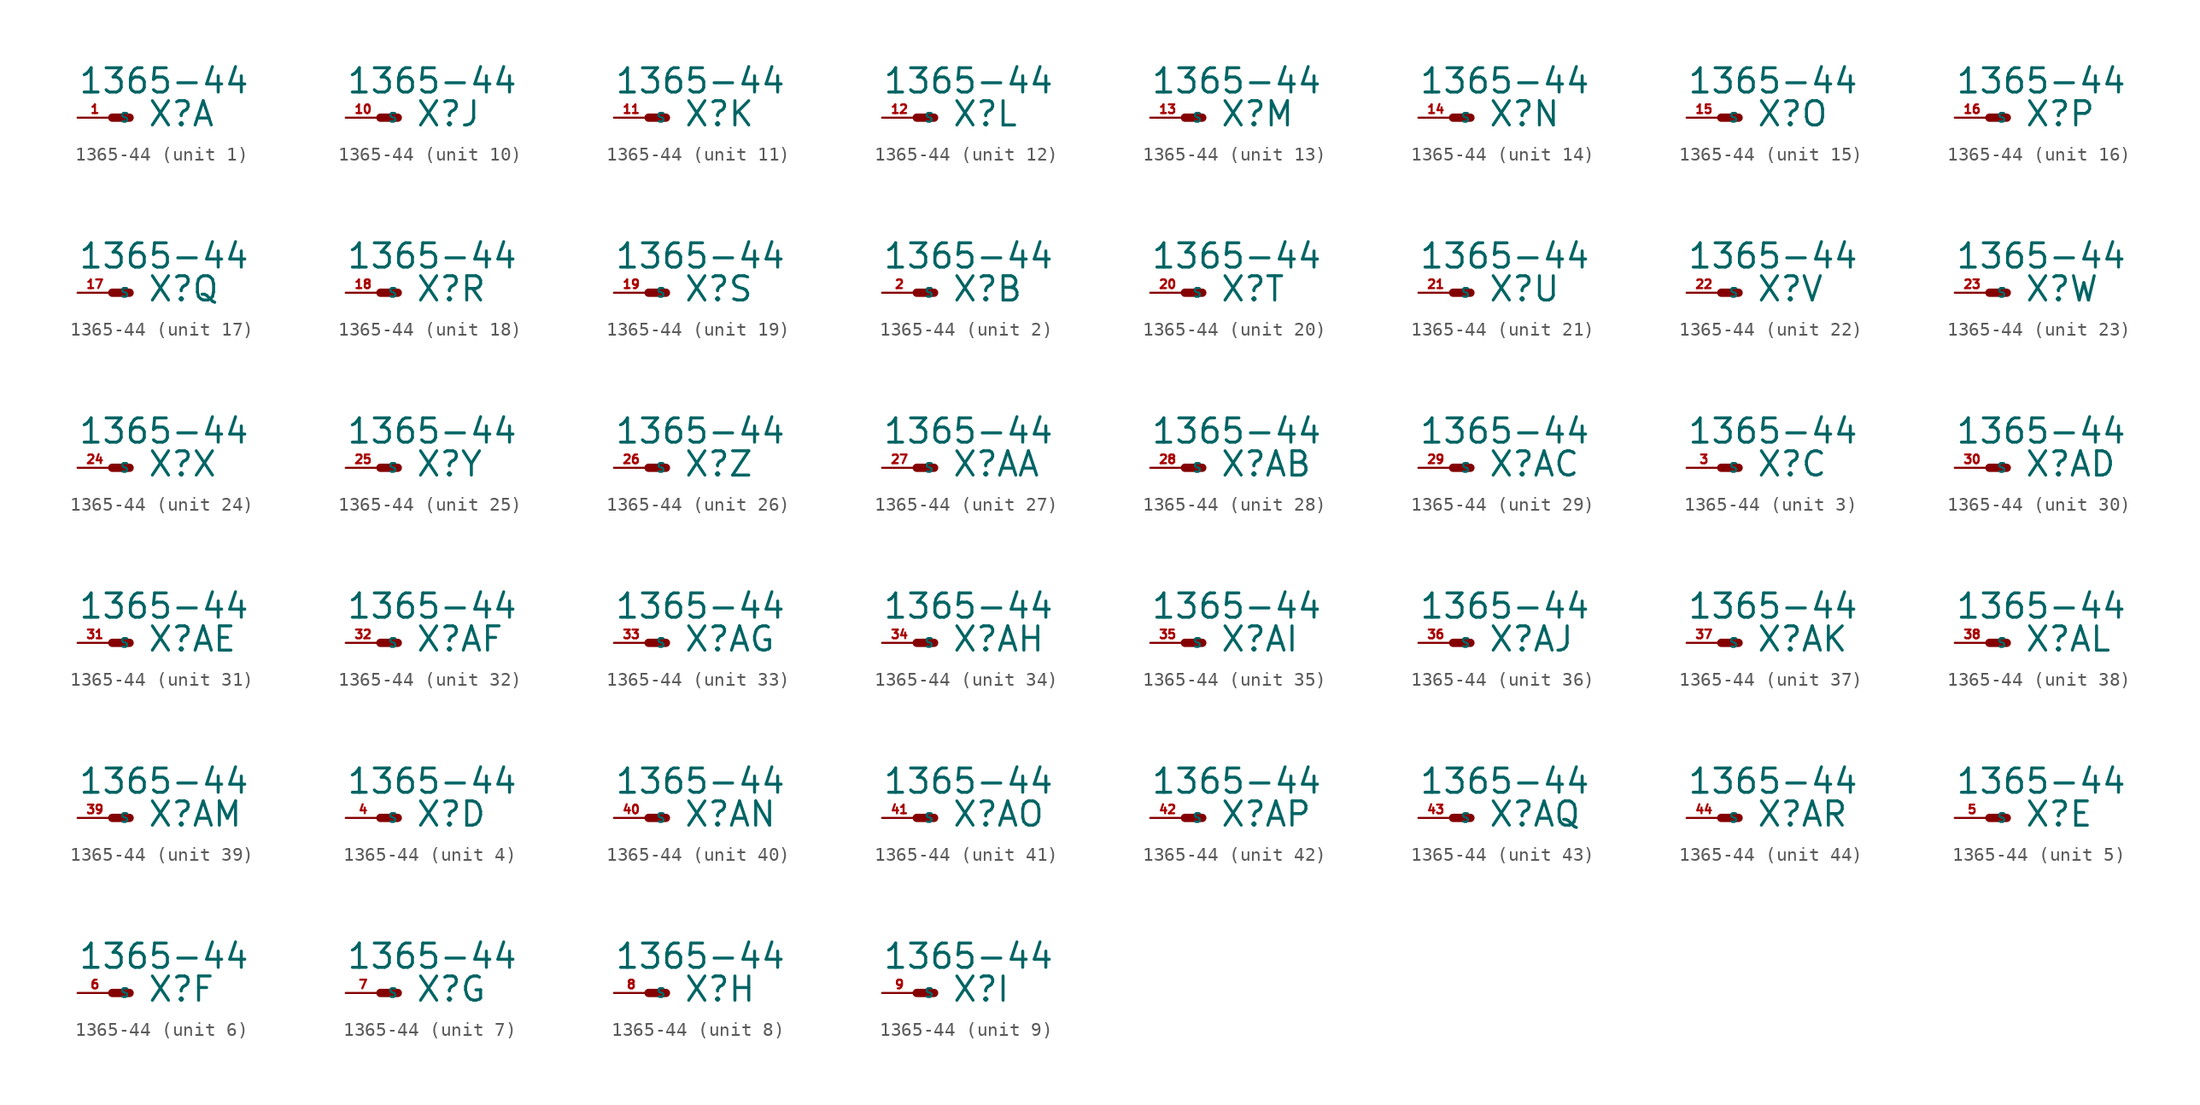
<source format=kicad_sym>
(kicad_symbol_lib
  (version 20220914)
  (generator Eagle2Kicad)
  (symbol "1365-44"
    (property "Reference" "X"
      (at 2.54 -0.762 0)
      (effects (font (size 1.778 1.778) (thickness 0.22)) (justify left bottom)))
    (property "Value" "1365-44"
      (at -2.54 1.651 0)
      (effects (font (size 1.778 1.778) (thickness 0.22)) (justify left bottom)))
    (symbol "1365-44_1_0"
      (polyline (pts (xy 0 0) (xy 1.27 0)) (stroke (width 0.61) (type default)) (fill (type none)))
      (pin passive line (at -2.54 0 0) (length 2.54) (name "S" (effects (font (size 0.635 0.635) (thickness 0.08)) (justify left bottom))) (number "1" (effects (font (size 0.635 0.635) (thickness 0.08)) (justify left bottom)))))
    (symbol "1365-44_2_0"
      (polyline (pts (xy 0 0) (xy 1.27 0)) (stroke (width 0.61) (type default)) (fill (type none)))
      (pin passive line (at -2.54 0 0) (length 2.54) (name "S" (effects (font (size 0.635 0.635) (thickness 0.08)) (justify left bottom))) (number "2" (effects (font (size 0.635 0.635) (thickness 0.08)) (justify left bottom)))))
    (symbol "1365-44_3_0"
      (polyline (pts (xy 0 0) (xy 1.27 0)) (stroke (width 0.61) (type default)) (fill (type none)))
      (pin passive line (at -2.54 0 0) (length 2.54) (name "S" (effects (font (size 0.635 0.635) (thickness 0.08)) (justify left bottom))) (number "3" (effects (font (size 0.635 0.635) (thickness 0.08)) (justify left bottom)))))
    (symbol "1365-44_4_0"
      (polyline (pts (xy 0 0) (xy 1.27 0)) (stroke (width 0.61) (type default)) (fill (type none)))
      (pin passive line (at -2.54 0 0) (length 2.54) (name "S" (effects (font (size 0.635 0.635) (thickness 0.08)) (justify left bottom))) (number "4" (effects (font (size 0.635 0.635) (thickness 0.08)) (justify left bottom)))))
    (symbol "1365-44_5_0"
      (polyline (pts (xy 0 0) (xy 1.27 0)) (stroke (width 0.61) (type default)) (fill (type none)))
      (pin passive line (at -2.54 0 0) (length 2.54) (name "S" (effects (font (size 0.635 0.635) (thickness 0.08)) (justify left bottom))) (number "5" (effects (font (size 0.635 0.635) (thickness 0.08)) (justify left bottom)))))
    (symbol "1365-44_6_0"
      (polyline (pts (xy 0 0) (xy 1.27 0)) (stroke (width 0.61) (type default)) (fill (type none)))
      (pin passive line (at -2.54 0 0) (length 2.54) (name "S" (effects (font (size 0.635 0.635) (thickness 0.08)) (justify left bottom))) (number "6" (effects (font (size 0.635 0.635) (thickness 0.08)) (justify left bottom)))))
    (symbol "1365-44_7_0"
      (polyline (pts (xy 0 0) (xy 1.27 0)) (stroke (width 0.61) (type default)) (fill (type none)))
      (pin passive line (at -2.54 0 0) (length 2.54) (name "S" (effects (font (size 0.635 0.635) (thickness 0.08)) (justify left bottom))) (number "7" (effects (font (size 0.635 0.635) (thickness 0.08)) (justify left bottom)))))
    (symbol "1365-44_8_0"
      (polyline (pts (xy 0 0) (xy 1.27 0)) (stroke (width 0.61) (type default)) (fill (type none)))
      (pin passive line (at -2.54 0 0) (length 2.54) (name "S" (effects (font (size 0.635 0.635) (thickness 0.08)) (justify left bottom))) (number "8" (effects (font (size 0.635 0.635) (thickness 0.08)) (justify left bottom)))))
    (symbol "1365-44_9_0"
      (polyline (pts (xy 0 0) (xy 1.27 0)) (stroke (width 0.61) (type default)) (fill (type none)))
      (pin passive line (at -2.54 0 0) (length 2.54) (name "S" (effects (font (size 0.635 0.635) (thickness 0.08)) (justify left bottom))) (number "9" (effects (font (size 0.635 0.635) (thickness 0.08)) (justify left bottom)))))
    (symbol "1365-44_10_0"
      (polyline (pts (xy 0 0) (xy 1.27 0)) (stroke (width 0.61) (type default)) (fill (type none)))
      (pin passive line (at -2.54 0 0) (length 2.54) (name "S" (effects (font (size 0.635 0.635) (thickness 0.08)) (justify left bottom))) (number "10" (effects (font (size 0.635 0.635) (thickness 0.08)) (justify left bottom)))))
    (symbol "1365-44_11_0"
      (polyline (pts (xy 0 0) (xy 1.27 0)) (stroke (width 0.61) (type default)) (fill (type none)))
      (pin passive line (at -2.54 0 0) (length 2.54) (name "S" (effects (font (size 0.635 0.635) (thickness 0.08)) (justify left bottom))) (number "11" (effects (font (size 0.635 0.635) (thickness 0.08)) (justify left bottom)))))
    (symbol "1365-44_12_0"
      (polyline (pts (xy 0 0) (xy 1.27 0)) (stroke (width 0.61) (type default)) (fill (type none)))
      (pin passive line (at -2.54 0 0) (length 2.54) (name "S" (effects (font (size 0.635 0.635) (thickness 0.08)) (justify left bottom))) (number "12" (effects (font (size 0.635 0.635) (thickness 0.08)) (justify left bottom)))))
    (symbol "1365-44_13_0"
      (polyline (pts (xy 0 0) (xy 1.27 0)) (stroke (width 0.61) (type default)) (fill (type none)))
      (pin passive line (at -2.54 0 0) (length 2.54) (name "S" (effects (font (size 0.635 0.635) (thickness 0.08)) (justify left bottom))) (number "13" (effects (font (size 0.635 0.635) (thickness 0.08)) (justify left bottom)))))
    (symbol "1365-44_14_0"
      (polyline (pts (xy 0 0) (xy 1.27 0)) (stroke (width 0.61) (type default)) (fill (type none)))
      (pin passive line (at -2.54 0 0) (length 2.54) (name "S" (effects (font (size 0.635 0.635) (thickness 0.08)) (justify left bottom))) (number "14" (effects (font (size 0.635 0.635) (thickness 0.08)) (justify left bottom)))))
    (symbol "1365-44_15_0"
      (polyline (pts (xy 0 0) (xy 1.27 0)) (stroke (width 0.61) (type default)) (fill (type none)))
      (pin passive line (at -2.54 0 0) (length 2.54) (name "S" (effects (font (size 0.635 0.635) (thickness 0.08)) (justify left bottom))) (number "15" (effects (font (size 0.635 0.635) (thickness 0.08)) (justify left bottom)))))
    (symbol "1365-44_16_0"
      (polyline (pts (xy 0 0) (xy 1.27 0)) (stroke (width 0.61) (type default)) (fill (type none)))
      (pin passive line (at -2.54 0 0) (length 2.54) (name "S" (effects (font (size 0.635 0.635) (thickness 0.08)) (justify left bottom))) (number "16" (effects (font (size 0.635 0.635) (thickness 0.08)) (justify left bottom)))))
    (symbol "1365-44_17_0"
      (polyline (pts (xy 0 0) (xy 1.27 0)) (stroke (width 0.61) (type default)) (fill (type none)))
      (pin passive line (at -2.54 0 0) (length 2.54) (name "S" (effects (font (size 0.635 0.635) (thickness 0.08)) (justify left bottom))) (number "17" (effects (font (size 0.635 0.635) (thickness 0.08)) (justify left bottom)))))
    (symbol "1365-44_18_0"
      (polyline (pts (xy 0 0) (xy 1.27 0)) (stroke (width 0.61) (type default)) (fill (type none)))
      (pin passive line (at -2.54 0 0) (length 2.54) (name "S" (effects (font (size 0.635 0.635) (thickness 0.08)) (justify left bottom))) (number "18" (effects (font (size 0.635 0.635) (thickness 0.08)) (justify left bottom)))))
    (symbol "1365-44_19_0"
      (polyline (pts (xy 0 0) (xy 1.27 0)) (stroke (width 0.61) (type default)) (fill (type none)))
      (pin passive line (at -2.54 0 0) (length 2.54) (name "S" (effects (font (size 0.635 0.635) (thickness 0.08)) (justify left bottom))) (number "19" (effects (font (size 0.635 0.635) (thickness 0.08)) (justify left bottom)))))
    (symbol "1365-44_20_0"
      (polyline (pts (xy 0 0) (xy 1.27 0)) (stroke (width 0.61) (type default)) (fill (type none)))
      (pin passive line (at -2.54 0 0) (length 2.54) (name "S" (effects (font (size 0.635 0.635) (thickness 0.08)) (justify left bottom))) (number "20" (effects (font (size 0.635 0.635) (thickness 0.08)) (justify left bottom)))))
    (symbol "1365-44_21_0"
      (polyline (pts (xy 0 0) (xy 1.27 0)) (stroke (width 0.61) (type default)) (fill (type none)))
      (pin passive line (at -2.54 0 0) (length 2.54) (name "S" (effects (font (size 0.635 0.635) (thickness 0.08)) (justify left bottom))) (number "21" (effects (font (size 0.635 0.635) (thickness 0.08)) (justify left bottom)))))
    (symbol "1365-44_22_0"
      (polyline (pts (xy 0 0) (xy 1.27 0)) (stroke (width 0.61) (type default)) (fill (type none)))
      (pin passive line (at -2.54 0 0) (length 2.54) (name "S" (effects (font (size 0.635 0.635) (thickness 0.08)) (justify left bottom))) (number "22" (effects (font (size 0.635 0.635) (thickness 0.08)) (justify left bottom)))))
    (symbol "1365-44_23_0"
      (polyline (pts (xy 0 0) (xy 1.27 0)) (stroke (width 0.61) (type default)) (fill (type none)))
      (pin passive line (at -2.54 0 0) (length 2.54) (name "S" (effects (font (size 0.635 0.635) (thickness 0.08)) (justify left bottom))) (number "23" (effects (font (size 0.635 0.635) (thickness 0.08)) (justify left bottom)))))
    (symbol "1365-44_24_0"
      (polyline (pts (xy 0 0) (xy 1.27 0)) (stroke (width 0.61) (type default)) (fill (type none)))
      (pin passive line (at -2.54 0 0) (length 2.54) (name "S" (effects (font (size 0.635 0.635) (thickness 0.08)) (justify left bottom))) (number "24" (effects (font (size 0.635 0.635) (thickness 0.08)) (justify left bottom)))))
    (symbol "1365-44_25_0"
      (polyline (pts (xy 0 0) (xy 1.27 0)) (stroke (width 0.61) (type default)) (fill (type none)))
      (pin passive line (at -2.54 0 0) (length 2.54) (name "S" (effects (font (size 0.635 0.635) (thickness 0.08)) (justify left bottom))) (number "25" (effects (font (size 0.635 0.635) (thickness 0.08)) (justify left bottom)))))
    (symbol "1365-44_26_0"
      (polyline (pts (xy 0 0) (xy 1.27 0)) (stroke (width 0.61) (type default)) (fill (type none)))
      (pin passive line (at -2.54 0 0) (length 2.54) (name "S" (effects (font (size 0.635 0.635) (thickness 0.08)) (justify left bottom))) (number "26" (effects (font (size 0.635 0.635) (thickness 0.08)) (justify left bottom)))))
    (symbol "1365-44_27_0"
      (polyline (pts (xy 0 0) (xy 1.27 0)) (stroke (width 0.61) (type default)) (fill (type none)))
      (pin passive line (at -2.54 0 0) (length 2.54) (name "S" (effects (font (size 0.635 0.635) (thickness 0.08)) (justify left bottom))) (number "27" (effects (font (size 0.635 0.635) (thickness 0.08)) (justify left bottom)))))
    (symbol "1365-44_28_0"
      (polyline (pts (xy 0 0) (xy 1.27 0)) (stroke (width 0.61) (type default)) (fill (type none)))
      (pin passive line (at -2.54 0 0) (length 2.54) (name "S" (effects (font (size 0.635 0.635) (thickness 0.08)) (justify left bottom))) (number "28" (effects (font (size 0.635 0.635) (thickness 0.08)) (justify left bottom)))))
    (symbol "1365-44_29_0"
      (polyline (pts (xy 0 0) (xy 1.27 0)) (stroke (width 0.61) (type default)) (fill (type none)))
      (pin passive line (at -2.54 0 0) (length 2.54) (name "S" (effects (font (size 0.635 0.635) (thickness 0.08)) (justify left bottom))) (number "29" (effects (font (size 0.635 0.635) (thickness 0.08)) (justify left bottom)))))
    (symbol "1365-44_30_0"
      (polyline (pts (xy 0 0) (xy 1.27 0)) (stroke (width 0.61) (type default)) (fill (type none)))
      (pin passive line (at -2.54 0 0) (length 2.54) (name "S" (effects (font (size 0.635 0.635) (thickness 0.08)) (justify left bottom))) (number "30" (effects (font (size 0.635 0.635) (thickness 0.08)) (justify left bottom)))))
    (symbol "1365-44_31_0"
      (polyline (pts (xy 0 0) (xy 1.27 0)) (stroke (width 0.61) (type default)) (fill (type none)))
      (pin passive line (at -2.54 0 0) (length 2.54) (name "S" (effects (font (size 0.635 0.635) (thickness 0.08)) (justify left bottom))) (number "31" (effects (font (size 0.635 0.635) (thickness 0.08)) (justify left bottom)))))
    (symbol "1365-44_32_0"
      (polyline (pts (xy 0 0) (xy 1.27 0)) (stroke (width 0.61) (type default)) (fill (type none)))
      (pin passive line (at -2.54 0 0) (length 2.54) (name "S" (effects (font (size 0.635 0.635) (thickness 0.08)) (justify left bottom))) (number "32" (effects (font (size 0.635 0.635) (thickness 0.08)) (justify left bottom)))))
    (symbol "1365-44_33_0"
      (polyline (pts (xy 0 0) (xy 1.27 0)) (stroke (width 0.61) (type default)) (fill (type none)))
      (pin passive line (at -2.54 0 0) (length 2.54) (name "S" (effects (font (size 0.635 0.635) (thickness 0.08)) (justify left bottom))) (number "33" (effects (font (size 0.635 0.635) (thickness 0.08)) (justify left bottom)))))
    (symbol "1365-44_34_0"
      (polyline (pts (xy 0 0) (xy 1.27 0)) (stroke (width 0.61) (type default)) (fill (type none)))
      (pin passive line (at -2.54 0 0) (length 2.54) (name "S" (effects (font (size 0.635 0.635) (thickness 0.08)) (justify left bottom))) (number "34" (effects (font (size 0.635 0.635) (thickness 0.08)) (justify left bottom)))))
    (symbol "1365-44_35_0"
      (polyline (pts (xy 0 0) (xy 1.27 0)) (stroke (width 0.61) (type default)) (fill (type none)))
      (pin passive line (at -2.54 0 0) (length 2.54) (name "S" (effects (font (size 0.635 0.635) (thickness 0.08)) (justify left bottom))) (number "35" (effects (font (size 0.635 0.635) (thickness 0.08)) (justify left bottom)))))
    (symbol "1365-44_36_0"
      (polyline (pts (xy 0 0) (xy 1.27 0)) (stroke (width 0.61) (type default)) (fill (type none)))
      (pin passive line (at -2.54 0 0) (length 2.54) (name "S" (effects (font (size 0.635 0.635) (thickness 0.08)) (justify left bottom))) (number "36" (effects (font (size 0.635 0.635) (thickness 0.08)) (justify left bottom)))))
    (symbol "1365-44_37_0"
      (polyline (pts (xy 0 0) (xy 1.27 0)) (stroke (width 0.61) (type default)) (fill (type none)))
      (pin passive line (at -2.54 0 0) (length 2.54) (name "S" (effects (font (size 0.635 0.635) (thickness 0.08)) (justify left bottom))) (number "37" (effects (font (size 0.635 0.635) (thickness 0.08)) (justify left bottom)))))
    (symbol "1365-44_38_0"
      (polyline (pts (xy 0 0) (xy 1.27 0)) (stroke (width 0.61) (type default)) (fill (type none)))
      (pin passive line (at -2.54 0 0) (length 2.54) (name "S" (effects (font (size 0.635 0.635) (thickness 0.08)) (justify left bottom))) (number "38" (effects (font (size 0.635 0.635) (thickness 0.08)) (justify left bottom)))))
    (symbol "1365-44_39_0"
      (polyline (pts (xy 0 0) (xy 1.27 0)) (stroke (width 0.61) (type default)) (fill (type none)))
      (pin passive line (at -2.54 0 0) (length 2.54) (name "S" (effects (font (size 0.635 0.635) (thickness 0.08)) (justify left bottom))) (number "39" (effects (font (size 0.635 0.635) (thickness 0.08)) (justify left bottom)))))
    (symbol "1365-44_40_0"
      (polyline (pts (xy 0 0) (xy 1.27 0)) (stroke (width 0.61) (type default)) (fill (type none)))
      (pin passive line (at -2.54 0 0) (length 2.54) (name "S" (effects (font (size 0.635 0.635) (thickness 0.08)) (justify left bottom))) (number "40" (effects (font (size 0.635 0.635) (thickness 0.08)) (justify left bottom)))))
    (symbol "1365-44_41_0"
      (polyline (pts (xy 0 0) (xy 1.27 0)) (stroke (width 0.61) (type default)) (fill (type none)))
      (pin passive line (at -2.54 0 0) (length 2.54) (name "S" (effects (font (size 0.635 0.635) (thickness 0.08)) (justify left bottom))) (number "41" (effects (font (size 0.635 0.635) (thickness 0.08)) (justify left bottom)))))
    (symbol "1365-44_42_0"
      (polyline (pts (xy 0 0) (xy 1.27 0)) (stroke (width 0.61) (type default)) (fill (type none)))
      (pin passive line (at -2.54 0 0) (length 2.54) (name "S" (effects (font (size 0.635 0.635) (thickness 0.08)) (justify left bottom))) (number "42" (effects (font (size 0.635 0.635) (thickness 0.08)) (justify left bottom)))))
    (symbol "1365-44_43_0"
      (polyline (pts (xy 0 0) (xy 1.27 0)) (stroke (width 0.61) (type default)) (fill (type none)))
      (pin passive line (at -2.54 0 0) (length 2.54) (name "S" (effects (font (size 0.635 0.635) (thickness 0.08)) (justify left bottom))) (number "43" (effects (font (size 0.635 0.635) (thickness 0.08)) (justify left bottom)))))
    (symbol "1365-44_44_0"
      (polyline (pts (xy 0 0) (xy 1.27 0)) (stroke (width 0.61) (type default)) (fill (type none)))
      (pin passive line (at -2.54 0 0) (length 2.54) (name "S" (effects (font (size 0.635 0.635) (thickness 0.08)) (justify left bottom))) (number "44" (effects (font (size 0.635 0.635) (thickness 0.08)) (justify left bottom)))))))
</source>
